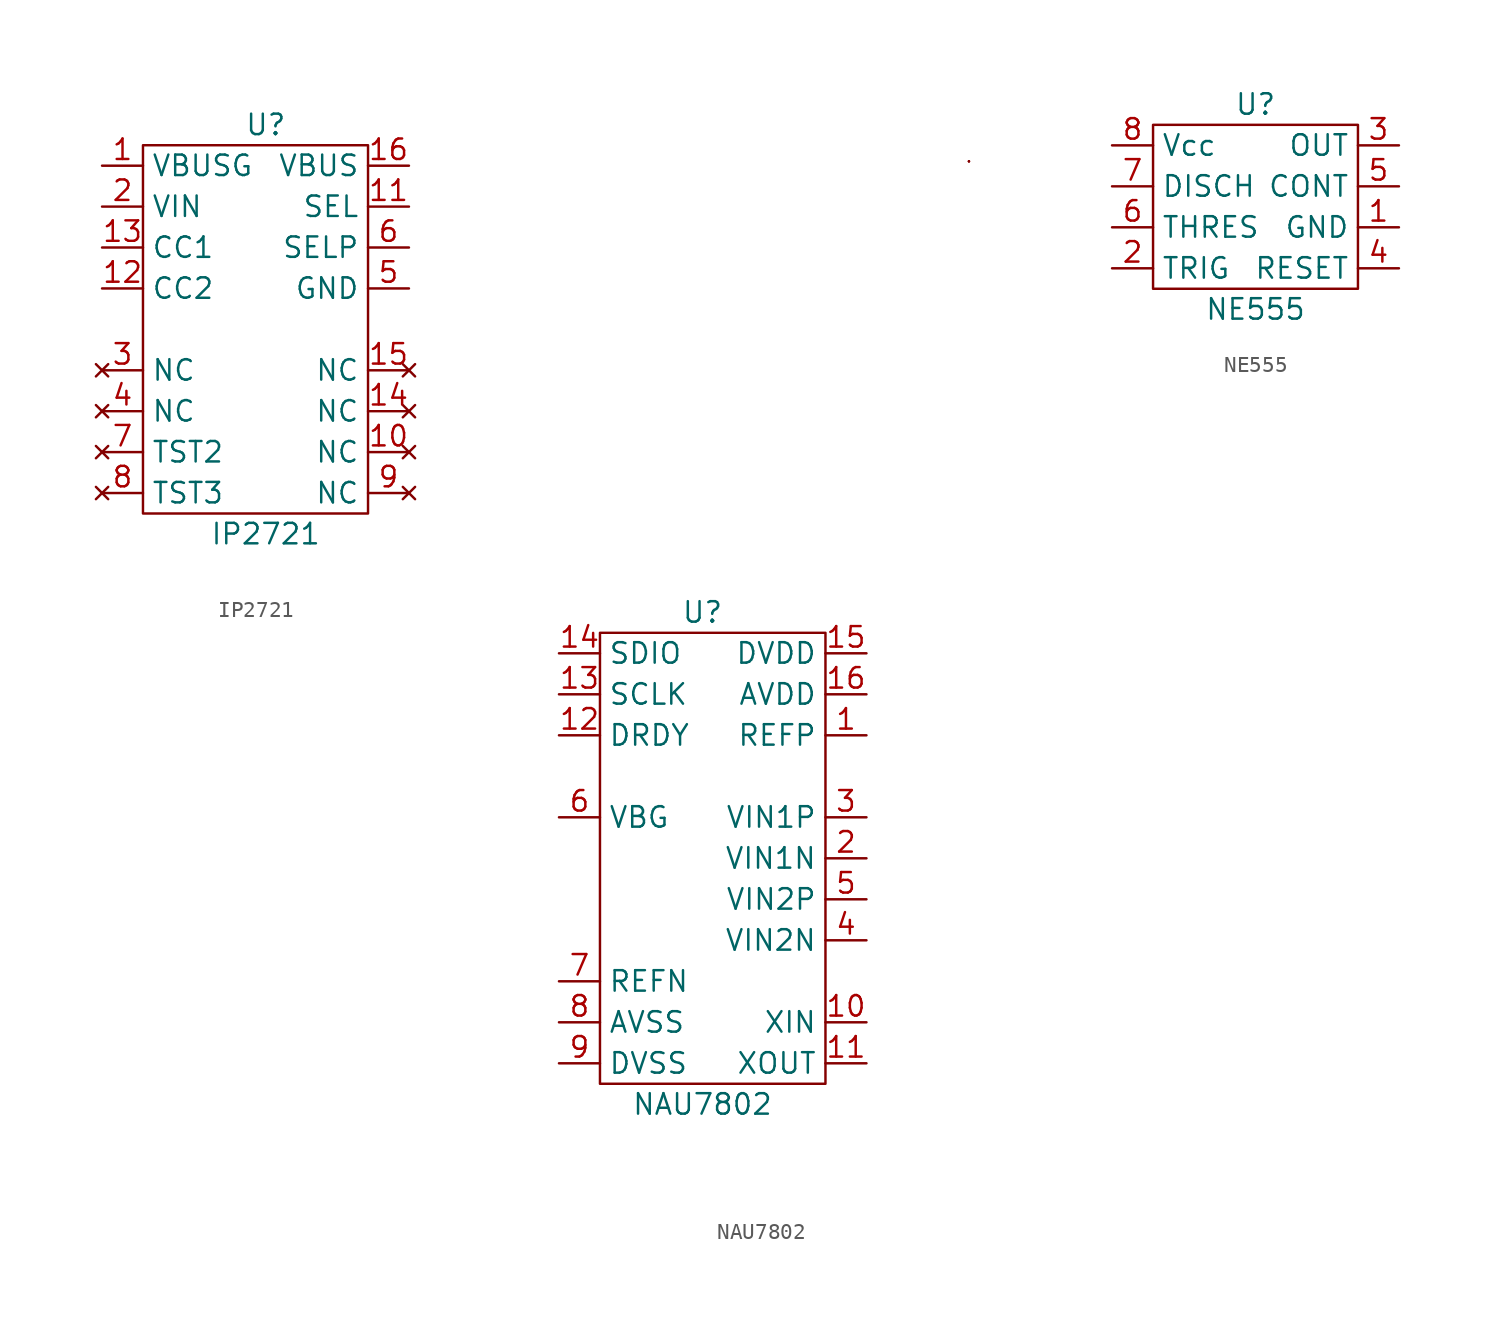
<source format=kicad_sym>
(kicad_symbol_lib
  (version 20211014)
  (generator kicad_symbol_editor)
  (symbol "IP2721"
    (property "Reference" "U"
      (at 0 2.54 0)
      (effects (font (size 1.27 1.27))))
    (property "Value" "IP2721"
      (at 0 -22.86 0)
      (effects (font (size 1.27 1.27))))
    (symbol "IP2721_0_1"
      (rectangle (start -7.62 1.27) (end 6.35 -21.59) (stroke (width 0.152) (type default) (color 0 0 0 0)) (fill (type none))))
    (symbol "IP2721_1_1"
      (pin output line (at -10.16 0 0) (length 2.54) (name "VBUSG" (effects (font (size 1.27 1.27)))) (number "1" (effects (font (size 1.27 1.27)))))
      (pin no_connect line (at 8.89 -17.78 180) (length 2.54) (name "NC" (effects (font (size 1.27 1.27)))) (number "10" (effects (font (size 1.27 1.27)))))
      (pin input line (at 8.89 -2.54 180) (length 2.54) (name "SEL" (effects (font (size 1.27 1.27)))) (number "11" (effects (font (size 1.27 1.27)))))
      (pin input line (at -10.16 -7.62 0) (length 2.54) (name "CC2" (effects (font (size 1.27 1.27)))) (number "12" (effects (font (size 1.27 1.27)))))
      (pin input line (at -10.16 -5.08 0) (length 2.54) (name "CC1" (effects (font (size 1.27 1.27)))) (number "13" (effects (font (size 1.27 1.27)))))
      (pin no_connect line (at 8.89 -15.24 180) (length 2.54) (name "NC" (effects (font (size 1.27 1.27)))) (number "14" (effects (font (size 1.27 1.27)))))
      (pin no_connect line (at 8.89 -12.7 180) (length 2.54) (name "NC" (effects (font (size 1.27 1.27)))) (number "15" (effects (font (size 1.27 1.27)))))
      (pin input line (at 8.89 0 180) (length 2.54) (name "VBUS" (effects (font (size 1.27 1.27)))) (number "16" (effects (font (size 1.27 1.27)))))
      (pin power_in line (at -10.16 -2.54 0) (length 2.54) (name "VIN" (effects (font (size 1.27 1.27)))) (number "2" (effects (font (size 1.27 1.27)))))
      (pin no_connect line (at -10.16 -12.7 0) (length 2.54) (name "NC" (effects (font (size 1.27 1.27)))) (number "3" (effects (font (size 1.27 1.27)))))
      (pin no_connect line (at -10.16 -15.24 0) (length 2.54) (name "NC" (effects (font (size 1.27 1.27)))) (number "4" (effects (font (size 1.27 1.27)))))
      (pin power_out line (at 8.89 -7.62 180) (length 2.54) (name "GND" (effects (font (size 1.27 1.27)))) (number "5" (effects (font (size 1.27 1.27)))))
      (pin input line (at 8.89 -5.08 180) (length 2.54) (name "SELP" (effects (font (size 1.27 1.27)))) (number "6" (effects (font (size 1.27 1.27)))))
      (pin no_connect line (at -10.16 -17.78 0) (length 2.54) (name "TST2" (effects (font (size 1.27 1.27)))) (number "7" (effects (font (size 1.27 1.27)))))
      (pin no_connect line (at -10.16 -20.32 0) (length 2.54) (name "TST3" (effects (font (size 1.27 1.27)))) (number "8" (effects (font (size 1.27 1.27)))))
      (pin no_connect line (at 8.89 -20.32 180) (length 2.54) (name "NC" (effects (font (size 1.27 1.27)))) (number "9" (effects (font (size 1.27 1.27)))))))
  (symbol "NAU7802"
    (property "Reference" "U"
      (at 8.89 2.54 0)
      (effects (font (size 1.27 1.27))))
    (property "Value" "NAU7802"
      (at 8.89 -27.94 0)
      (effects (font (size 1.27 1.27))))
    (symbol "NAU7802_0_1"
      (rectangle (start 2.54 1.27) (end 16.51 -26.67) (stroke (width 0.152) (type default) (color 0 0 0 0)) (fill (type none)))
      (rectangle (start 25.4 30.48) (end 25.4 30.48) (stroke (width 0.152) (type default) (color 0 0 0 0)) (fill (type none)))
      (rectangle (start 25.4 30.48) (end 25.4 30.48) (stroke (width 0.152) (type default) (color 0 0 0 0)) (fill (type none)))
      (rectangle (start 25.4 30.48) (end 25.4 30.48) (stroke (width 0.152) (type default) (color 0 0 0 0)) (fill (type none))))
    (symbol "NAU7802_1_1"
      (pin input line (at 19.05 -5.08 180) (length 2.54) (name "REFP" (effects (font (size 1.27 1.27)))) (number "1" (effects (font (size 1.27 1.27)))))
      (pin input line (at 19.05 -22.86 180) (length 2.54) (name "XIN" (effects (font (size 1.27 1.27)))) (number "10" (effects (font (size 1.27 1.27)))))
      (pin input line (at 19.05 -25.4 180) (length 2.54) (name "XOUT" (effects (font (size 1.27 1.27)))) (number "11" (effects (font (size 1.27 1.27)))))
      (pin input line (at 0 -5.08 0) (length 2.54) (name "DRDY" (effects (font (size 1.27 1.27)))) (number "12" (effects (font (size 1.27 1.27)))))
      (pin input line (at 0 -2.54 0) (length 2.54) (name "SCLK" (effects (font (size 1.27 1.27)))) (number "13" (effects (font (size 1.27 1.27)))))
      (pin input line (at 0 0 0) (length 2.54) (name "SDIO" (effects (font (size 1.27 1.27)))) (number "14" (effects (font (size 1.27 1.27)))))
      (pin input line (at 19.05 0 180) (length 2.54) (name "DVDD" (effects (font (size 1.27 1.27)))) (number "15" (effects (font (size 1.27 1.27)))))
      (pin input line (at 19.05 -2.54 180) (length 2.54) (name "AVDD" (effects (font (size 1.27 1.27)))) (number "16" (effects (font (size 1.27 1.27)))))
      (pin input line (at 19.05 -12.7 180) (length 2.54) (name "VIN1N" (effects (font (size 1.27 1.27)))) (number "2" (effects (font (size 1.27 1.27)))))
      (pin input line (at 19.05 -10.16 180) (length 2.54) (name "VIN1P" (effects (font (size 1.27 1.27)))) (number "3" (effects (font (size 1.27 1.27)))))
      (pin input line (at 19.05 -17.78 180) (length 2.54) (name "VIN2N" (effects (font (size 1.27 1.27)))) (number "4" (effects (font (size 1.27 1.27)))))
      (pin input line (at 19.05 -15.24 180) (length 2.54) (name "VIN2P" (effects (font (size 1.27 1.27)))) (number "5" (effects (font (size 1.27 1.27)))))
      (pin input line (at 0 -10.16 0) (length 2.54) (name "VBG" (effects (font (size 1.27 1.27)))) (number "6" (effects (font (size 1.27 1.27)))))
      (pin input line (at 0 -20.32 0) (length 2.54) (name "REFN" (effects (font (size 1.27 1.27)))) (number "7" (effects (font (size 1.27 1.27)))))
      (pin input line (at 0 -22.86 0) (length 2.54) (name "AVSS" (effects (font (size 1.27 1.27)))) (number "8" (effects (font (size 1.27 1.27)))))
      (pin input line (at 0 -25.4 0) (length 2.54) (name "DVSS" (effects (font (size 1.27 1.27)))) (number "9" (effects (font (size 1.27 1.27)))))))
  (symbol "NE555"
    (property "Reference" "U"
      (at 8.89 2.54 0)
      (effects (font (size 1.27 1.27))))
    (property "Value" "NE555"
      (at 8.89 -10.16 0)
      (effects (font (size 1.27 1.27))))
    (symbol "NE555_0_1"
      (rectangle (start 2.54 1.27) (end 15.24 -8.89) (stroke (width 0.152) (type default) (color 0 0 0 0)) (fill (type none))))
    (symbol "NE555_1_1"
      (pin input line (at 17.78 -5.08 180) (length 2.54) (name "GND" (effects (font (size 1.27 1.27)))) (number "1" (effects (font (size 1.27 1.27)))))
      (pin input line (at 0 -7.62 0) (length 2.54) (name "TRIG" (effects (font (size 1.27 1.27)))) (number "2" (effects (font (size 1.27 1.27)))))
      (pin input line (at 17.78 0 180) (length 2.54) (name "OUT" (effects (font (size 1.27 1.27)))) (number "3" (effects (font (size 1.27 1.27)))))
      (pin input line (at 17.78 -7.62 180) (length 2.54) (name "RESET" (effects (font (size 1.27 1.27)))) (number "4" (effects (font (size 1.27 1.27)))))
      (pin input line (at 17.78 -2.54 180) (length 2.54) (name "CONT" (effects (font (size 1.27 1.27)))) (number "5" (effects (font (size 1.27 1.27)))))
      (pin input line (at 0 -5.08 0) (length 2.54) (name "THRES" (effects (font (size 1.27 1.27)))) (number "6" (effects (font (size 1.27 1.27)))))
      (pin input line (at 0 -2.54 0) (length 2.54) (name "DISCH" (effects (font (size 1.27 1.27)))) (number "7" (effects (font (size 1.27 1.27)))))
      (pin input line (at 0 0 0) (length 2.54) (name "Vcc" (effects (font (size 1.27 1.27)))) (number "8" (effects (font (size 1.27 1.27))))))))
</source>
